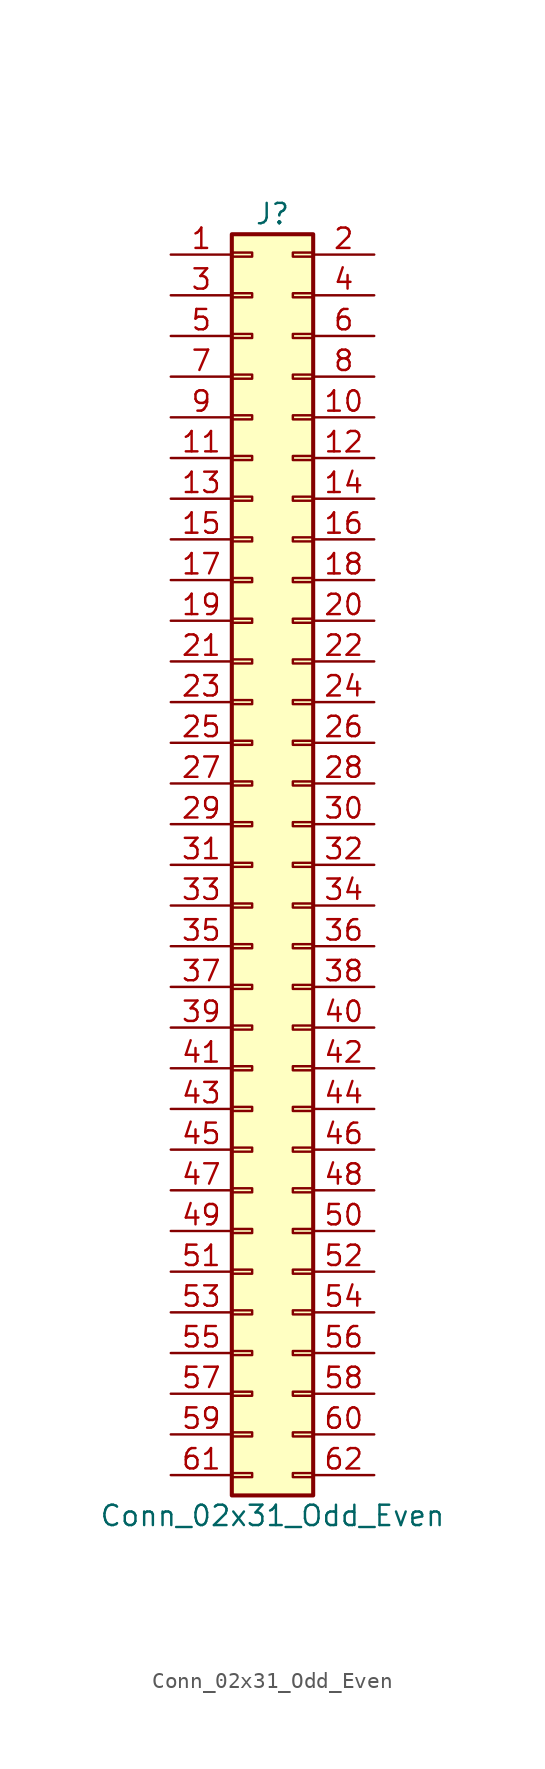
<source format=kicad_sym>
(kicad_symbol_lib
  (version 20211014)
  (generator kicad_symbol_editor)
  (symbol "Conn_02x31_Odd_Even"
    (pin_names
      (offset 1.016) hide)
    (property "Reference" "J"
      (at 1.27 40.64 0)
      (effects (font (size 1.27 1.27))))
    (property "Value" "Conn_02x31_Odd_Even"
      (at 1.27 -40.64 0)
      (effects (font (size 1.27 1.27))))
    (symbol "Conn_02x31_Odd_Even_1_1"
      (rectangle (start -1.27 -37.973) (end 0 -38.227) (stroke (width 0.152) (type default) (color 0 0 0 0)) (fill (type none)))
      (rectangle (start -1.27 -35.433) (end 0 -35.687) (stroke (width 0.152) (type default) (color 0 0 0 0)) (fill (type none)))
      (rectangle (start -1.27 -32.893) (end 0 -33.147) (stroke (width 0.152) (type default) (color 0 0 0 0)) (fill (type none)))
      (rectangle (start -1.27 -30.353) (end 0 -30.607) (stroke (width 0.152) (type default) (color 0 0 0 0)) (fill (type none)))
      (rectangle (start -1.27 -27.813) (end 0 -28.067) (stroke (width 0.152) (type default) (color 0 0 0 0)) (fill (type none)))
      (rectangle (start -1.27 -25.273) (end 0 -25.527) (stroke (width 0.152) (type default) (color 0 0 0 0)) (fill (type none)))
      (rectangle (start -1.27 -22.733) (end 0 -22.987) (stroke (width 0.152) (type default) (color 0 0 0 0)) (fill (type none)))
      (rectangle (start -1.27 -20.193) (end 0 -20.447) (stroke (width 0.152) (type default) (color 0 0 0 0)) (fill (type none)))
      (rectangle (start -1.27 -17.653) (end 0 -17.907) (stroke (width 0.152) (type default) (color 0 0 0 0)) (fill (type none)))
      (rectangle (start -1.27 -15.113) (end 0 -15.367) (stroke (width 0.152) (type default) (color 0 0 0 0)) (fill (type none)))
      (rectangle (start -1.27 -12.573) (end 0 -12.827) (stroke (width 0.152) (type default) (color 0 0 0 0)) (fill (type none)))
      (rectangle (start -1.27 -10.033) (end 0 -10.287) (stroke (width 0.152) (type default) (color 0 0 0 0)) (fill (type none)))
      (rectangle (start -1.27 -7.493) (end 0 -7.747) (stroke (width 0.152) (type default) (color 0 0 0 0)) (fill (type none)))
      (rectangle (start -1.27 -4.953) (end 0 -5.207) (stroke (width 0.152) (type default) (color 0 0 0 0)) (fill (type none)))
      (rectangle (start -1.27 -2.413) (end 0 -2.667) (stroke (width 0.152) (type default) (color 0 0 0 0)) (fill (type none)))
      (rectangle (start -1.27 0.127) (end 0 -0.127) (stroke (width 0.152) (type default) (color 0 0 0 0)) (fill (type none)))
      (rectangle (start -1.27 2.667) (end 0 2.413) (stroke (width 0.152) (type default) (color 0 0 0 0)) (fill (type none)))
      (rectangle (start -1.27 5.207) (end 0 4.953) (stroke (width 0.152) (type default) (color 0 0 0 0)) (fill (type none)))
      (rectangle (start -1.27 7.747) (end 0 7.493) (stroke (width 0.152) (type default) (color 0 0 0 0)) (fill (type none)))
      (rectangle (start -1.27 10.287) (end 0 10.033) (stroke (width 0.152) (type default) (color 0 0 0 0)) (fill (type none)))
      (rectangle (start -1.27 12.827) (end 0 12.573) (stroke (width 0.152) (type default) (color 0 0 0 0)) (fill (type none)))
      (rectangle (start -1.27 15.367) (end 0 15.113) (stroke (width 0.152) (type default) (color 0 0 0 0)) (fill (type none)))
      (rectangle (start -1.27 17.907) (end 0 17.653) (stroke (width 0.152) (type default) (color 0 0 0 0)) (fill (type none)))
      (rectangle (start -1.27 20.447) (end 0 20.193) (stroke (width 0.152) (type default) (color 0 0 0 0)) (fill (type none)))
      (rectangle (start -1.27 22.987) (end 0 22.733) (stroke (width 0.152) (type default) (color 0 0 0 0)) (fill (type none)))
      (rectangle (start -1.27 25.527) (end 0 25.273) (stroke (width 0.152) (type default) (color 0 0 0 0)) (fill (type none)))
      (rectangle (start -1.27 28.067) (end 0 27.813) (stroke (width 0.152) (type default) (color 0 0 0 0)) (fill (type none)))
      (rectangle (start -1.27 30.607) (end 0 30.353) (stroke (width 0.152) (type default) (color 0 0 0 0)) (fill (type none)))
      (rectangle (start -1.27 33.147) (end 0 32.893) (stroke (width 0.152) (type default) (color 0 0 0 0)) (fill (type none)))
      (rectangle (start -1.27 35.687) (end 0 35.433) (stroke (width 0.152) (type default) (color 0 0 0 0)) (fill (type none)))
      (rectangle (start -1.27 38.227) (end 0 37.973) (stroke (width 0.152) (type default) (color 0 0 0 0)) (fill (type none)))
      (rectangle (start -1.27 39.37) (end 3.81 -39.37) (stroke (width 0.254) (type default) (color 0 0 0 0)) (fill (type background)))
      (rectangle (start 3.81 -37.973) (end 2.54 -38.227) (stroke (width 0.152) (type default) (color 0 0 0 0)) (fill (type none)))
      (rectangle (start 3.81 -35.433) (end 2.54 -35.687) (stroke (width 0.152) (type default) (color 0 0 0 0)) (fill (type none)))
      (rectangle (start 3.81 -32.893) (end 2.54 -33.147) (stroke (width 0.152) (type default) (color 0 0 0 0)) (fill (type none)))
      (rectangle (start 3.81 -30.353) (end 2.54 -30.607) (stroke (width 0.152) (type default) (color 0 0 0 0)) (fill (type none)))
      (rectangle (start 3.81 -27.813) (end 2.54 -28.067) (stroke (width 0.152) (type default) (color 0 0 0 0)) (fill (type none)))
      (rectangle (start 3.81 -25.273) (end 2.54 -25.527) (stroke (width 0.152) (type default) (color 0 0 0 0)) (fill (type none)))
      (rectangle (start 3.81 -22.733) (end 2.54 -22.987) (stroke (width 0.152) (type default) (color 0 0 0 0)) (fill (type none)))
      (rectangle (start 3.81 -20.193) (end 2.54 -20.447) (stroke (width 0.152) (type default) (color 0 0 0 0)) (fill (type none)))
      (rectangle (start 3.81 -17.653) (end 2.54 -17.907) (stroke (width 0.152) (type default) (color 0 0 0 0)) (fill (type none)))
      (rectangle (start 3.81 -15.113) (end 2.54 -15.367) (stroke (width 0.152) (type default) (color 0 0 0 0)) (fill (type none)))
      (rectangle (start 3.81 -12.573) (end 2.54 -12.827) (stroke (width 0.152) (type default) (color 0 0 0 0)) (fill (type none)))
      (rectangle (start 3.81 -10.033) (end 2.54 -10.287) (stroke (width 0.152) (type default) (color 0 0 0 0)) (fill (type none)))
      (rectangle (start 3.81 -7.493) (end 2.54 -7.747) (stroke (width 0.152) (type default) (color 0 0 0 0)) (fill (type none)))
      (rectangle (start 3.81 -4.953) (end 2.54 -5.207) (stroke (width 0.152) (type default) (color 0 0 0 0)) (fill (type none)))
      (rectangle (start 3.81 -2.413) (end 2.54 -2.667) (stroke (width 0.152) (type default) (color 0 0 0 0)) (fill (type none)))
      (rectangle (start 3.81 0.127) (end 2.54 -0.127) (stroke (width 0.152) (type default) (color 0 0 0 0)) (fill (type none)))
      (rectangle (start 3.81 2.667) (end 2.54 2.413) (stroke (width 0.152) (type default) (color 0 0 0 0)) (fill (type none)))
      (rectangle (start 3.81 5.207) (end 2.54 4.953) (stroke (width 0.152) (type default) (color 0 0 0 0)) (fill (type none)))
      (rectangle (start 3.81 7.747) (end 2.54 7.493) (stroke (width 0.152) (type default) (color 0 0 0 0)) (fill (type none)))
      (rectangle (start 3.81 10.287) (end 2.54 10.033) (stroke (width 0.152) (type default) (color 0 0 0 0)) (fill (type none)))
      (rectangle (start 3.81 12.827) (end 2.54 12.573) (stroke (width 0.152) (type default) (color 0 0 0 0)) (fill (type none)))
      (rectangle (start 3.81 15.367) (end 2.54 15.113) (stroke (width 0.152) (type default) (color 0 0 0 0)) (fill (type none)))
      (rectangle (start 3.81 17.907) (end 2.54 17.653) (stroke (width 0.152) (type default) (color 0 0 0 0)) (fill (type none)))
      (rectangle (start 3.81 20.447) (end 2.54 20.193) (stroke (width 0.152) (type default) (color 0 0 0 0)) (fill (type none)))
      (rectangle (start 3.81 22.987) (end 2.54 22.733) (stroke (width 0.152) (type default) (color 0 0 0 0)) (fill (type none)))
      (rectangle (start 3.81 25.527) (end 2.54 25.273) (stroke (width 0.152) (type default) (color 0 0 0 0)) (fill (type none)))
      (rectangle (start 3.81 28.067) (end 2.54 27.813) (stroke (width 0.152) (type default) (color 0 0 0 0)) (fill (type none)))
      (rectangle (start 3.81 30.607) (end 2.54 30.353) (stroke (width 0.152) (type default) (color 0 0 0 0)) (fill (type none)))
      (rectangle (start 3.81 33.147) (end 2.54 32.893) (stroke (width 0.152) (type default) (color 0 0 0 0)) (fill (type none)))
      (rectangle (start 3.81 35.687) (end 2.54 35.433) (stroke (width 0.152) (type default) (color 0 0 0 0)) (fill (type none)))
      (rectangle (start 3.81 38.227) (end 2.54 37.973) (stroke (width 0.152) (type default) (color 0 0 0 0)) (fill (type none)))
      (pin passive line (at -5.08 38.1 0) (length 3.81) (name "Pin_1" (effects (font (size 1.27 1.27)))) (number "1" (effects (font (size 1.27 1.27)))))
      (pin passive line (at 7.62 27.94 180) (length 3.81) (name "Pin_10" (effects (font (size 1.27 1.27)))) (number "10" (effects (font (size 1.27 1.27)))))
      (pin passive line (at -5.08 25.4 0) (length 3.81) (name "Pin_11" (effects (font (size 1.27 1.27)))) (number "11" (effects (font (size 1.27 1.27)))))
      (pin passive line (at 7.62 25.4 180) (length 3.81) (name "Pin_12" (effects (font (size 1.27 1.27)))) (number "12" (effects (font (size 1.27 1.27)))))
      (pin passive line (at -5.08 22.86 0) (length 3.81) (name "Pin_13" (effects (font (size 1.27 1.27)))) (number "13" (effects (font (size 1.27 1.27)))))
      (pin passive line (at 7.62 22.86 180) (length 3.81) (name "Pin_14" (effects (font (size 1.27 1.27)))) (number "14" (effects (font (size 1.27 1.27)))))
      (pin passive line (at -5.08 20.32 0) (length 3.81) (name "Pin_15" (effects (font (size 1.27 1.27)))) (number "15" (effects (font (size 1.27 1.27)))))
      (pin passive line (at 7.62 20.32 180) (length 3.81) (name "Pin_16" (effects (font (size 1.27 1.27)))) (number "16" (effects (font (size 1.27 1.27)))))
      (pin passive line (at -5.08 17.78 0) (length 3.81) (name "Pin_17" (effects (font (size 1.27 1.27)))) (number "17" (effects (font (size 1.27 1.27)))))
      (pin passive line (at 7.62 17.78 180) (length 3.81) (name "Pin_18" (effects (font (size 1.27 1.27)))) (number "18" (effects (font (size 1.27 1.27)))))
      (pin passive line (at -5.08 15.24 0) (length 3.81) (name "Pin_19" (effects (font (size 1.27 1.27)))) (number "19" (effects (font (size 1.27 1.27)))))
      (pin passive line (at 7.62 38.1 180) (length 3.81) (name "Pin_2" (effects (font (size 1.27 1.27)))) (number "2" (effects (font (size 1.27 1.27)))))
      (pin passive line (at 7.62 15.24 180) (length 3.81) (name "Pin_20" (effects (font (size 1.27 1.27)))) (number "20" (effects (font (size 1.27 1.27)))))
      (pin passive line (at -5.08 12.7 0) (length 3.81) (name "Pin_21" (effects (font (size 1.27 1.27)))) (number "21" (effects (font (size 1.27 1.27)))))
      (pin passive line (at 7.62 12.7 180) (length 3.81) (name "Pin_22" (effects (font (size 1.27 1.27)))) (number "22" (effects (font (size 1.27 1.27)))))
      (pin passive line (at -5.08 10.16 0) (length 3.81) (name "Pin_23" (effects (font (size 1.27 1.27)))) (number "23" (effects (font (size 1.27 1.27)))))
      (pin passive line (at 7.62 10.16 180) (length 3.81) (name "Pin_24" (effects (font (size 1.27 1.27)))) (number "24" (effects (font (size 1.27 1.27)))))
      (pin passive line (at -5.08 7.62 0) (length 3.81) (name "Pin_25" (effects (font (size 1.27 1.27)))) (number "25" (effects (font (size 1.27 1.27)))))
      (pin passive line (at 7.62 7.62 180) (length 3.81) (name "Pin_26" (effects (font (size 1.27 1.27)))) (number "26" (effects (font (size 1.27 1.27)))))
      (pin passive line (at -5.08 5.08 0) (length 3.81) (name "Pin_27" (effects (font (size 1.27 1.27)))) (number "27" (effects (font (size 1.27 1.27)))))
      (pin passive line (at 7.62 5.08 180) (length 3.81) (name "Pin_28" (effects (font (size 1.27 1.27)))) (number "28" (effects (font (size 1.27 1.27)))))
      (pin passive line (at -5.08 2.54 0) (length 3.81) (name "Pin_29" (effects (font (size 1.27 1.27)))) (number "29" (effects (font (size 1.27 1.27)))))
      (pin passive line (at -5.08 35.56 0) (length 3.81) (name "Pin_3" (effects (font (size 1.27 1.27)))) (number "3" (effects (font (size 1.27 1.27)))))
      (pin passive line (at 7.62 2.54 180) (length 3.81) (name "Pin_30" (effects (font (size 1.27 1.27)))) (number "30" (effects (font (size 1.27 1.27)))))
      (pin passive line (at -5.08 0 0) (length 3.81) (name "Pin_31" (effects (font (size 1.27 1.27)))) (number "31" (effects (font (size 1.27 1.27)))))
      (pin passive line (at 7.62 0 180) (length 3.81) (name "Pin_32" (effects (font (size 1.27 1.27)))) (number "32" (effects (font (size 1.27 1.27)))))
      (pin passive line (at -5.08 -2.54 0) (length 3.81) (name "Pin_33" (effects (font (size 1.27 1.27)))) (number "33" (effects (font (size 1.27 1.27)))))
      (pin passive line (at 7.62 -2.54 180) (length 3.81) (name "Pin_34" (effects (font (size 1.27 1.27)))) (number "34" (effects (font (size 1.27 1.27)))))
      (pin passive line (at -5.08 -5.08 0) (length 3.81) (name "Pin_35" (effects (font (size 1.27 1.27)))) (number "35" (effects (font (size 1.27 1.27)))))
      (pin passive line (at 7.62 -5.08 180) (length 3.81) (name "Pin_36" (effects (font (size 1.27 1.27)))) (number "36" (effects (font (size 1.27 1.27)))))
      (pin passive line (at -5.08 -7.62 0) (length 3.81) (name "Pin_37" (effects (font (size 1.27 1.27)))) (number "37" (effects (font (size 1.27 1.27)))))
      (pin passive line (at 7.62 -7.62 180) (length 3.81) (name "Pin_38" (effects (font (size 1.27 1.27)))) (number "38" (effects (font (size 1.27 1.27)))))
      (pin passive line (at -5.08 -10.16 0) (length 3.81) (name "Pin_39" (effects (font (size 1.27 1.27)))) (number "39" (effects (font (size 1.27 1.27)))))
      (pin passive line (at 7.62 35.56 180) (length 3.81) (name "Pin_4" (effects (font (size 1.27 1.27)))) (number "4" (effects (font (size 1.27 1.27)))))
      (pin passive line (at 7.62 -10.16 180) (length 3.81) (name "Pin_40" (effects (font (size 1.27 1.27)))) (number "40" (effects (font (size 1.27 1.27)))))
      (pin passive line (at -5.08 -12.7 0) (length 3.81) (name "Pin_41" (effects (font (size 1.27 1.27)))) (number "41" (effects (font (size 1.27 1.27)))))
      (pin passive line (at 7.62 -12.7 180) (length 3.81) (name "Pin_42" (effects (font (size 1.27 1.27)))) (number "42" (effects (font (size 1.27 1.27)))))
      (pin passive line (at -5.08 -15.24 0) (length 3.81) (name "Pin_43" (effects (font (size 1.27 1.27)))) (number "43" (effects (font (size 1.27 1.27)))))
      (pin passive line (at 7.62 -15.24 180) (length 3.81) (name "Pin_44" (effects (font (size 1.27 1.27)))) (number "44" (effects (font (size 1.27 1.27)))))
      (pin passive line (at -5.08 -17.78 0) (length 3.81) (name "Pin_45" (effects (font (size 1.27 1.27)))) (number "45" (effects (font (size 1.27 1.27)))))
      (pin passive line (at 7.62 -17.78 180) (length 3.81) (name "Pin_46" (effects (font (size 1.27 1.27)))) (number "46" (effects (font (size 1.27 1.27)))))
      (pin passive line (at -5.08 -20.32 0) (length 3.81) (name "Pin_47" (effects (font (size 1.27 1.27)))) (number "47" (effects (font (size 1.27 1.27)))))
      (pin passive line (at 7.62 -20.32 180) (length 3.81) (name "Pin_48" (effects (font (size 1.27 1.27)))) (number "48" (effects (font (size 1.27 1.27)))))
      (pin passive line (at -5.08 -22.86 0) (length 3.81) (name "Pin_49" (effects (font (size 1.27 1.27)))) (number "49" (effects (font (size 1.27 1.27)))))
      (pin passive line (at -5.08 33.02 0) (length 3.81) (name "Pin_5" (effects (font (size 1.27 1.27)))) (number "5" (effects (font (size 1.27 1.27)))))
      (pin passive line (at 7.62 -22.86 180) (length 3.81) (name "Pin_50" (effects (font (size 1.27 1.27)))) (number "50" (effects (font (size 1.27 1.27)))))
      (pin passive line (at -5.08 -25.4 0) (length 3.81) (name "Pin_51" (effects (font (size 1.27 1.27)))) (number "51" (effects (font (size 1.27 1.27)))))
      (pin passive line (at 7.62 -25.4 180) (length 3.81) (name "Pin_52" (effects (font (size 1.27 1.27)))) (number "52" (effects (font (size 1.27 1.27)))))
      (pin passive line (at -5.08 -27.94 0) (length 3.81) (name "Pin_53" (effects (font (size 1.27 1.27)))) (number "53" (effects (font (size 1.27 1.27)))))
      (pin passive line (at 7.62 -27.94 180) (length 3.81) (name "Pin_54" (effects (font (size 1.27 1.27)))) (number "54" (effects (font (size 1.27 1.27)))))
      (pin passive line (at -5.08 -30.48 0) (length 3.81) (name "Pin_55" (effects (font (size 1.27 1.27)))) (number "55" (effects (font (size 1.27 1.27)))))
      (pin passive line (at 7.62 -30.48 180) (length 3.81) (name "Pin_56" (effects (font (size 1.27 1.27)))) (number "56" (effects (font (size 1.27 1.27)))))
      (pin passive line (at -5.08 -33.02 0) (length 3.81) (name "Pin_57" (effects (font (size 1.27 1.27)))) (number "57" (effects (font (size 1.27 1.27)))))
      (pin passive line (at 7.62 -33.02 180) (length 3.81) (name "Pin_58" (effects (font (size 1.27 1.27)))) (number "58" (effects (font (size 1.27 1.27)))))
      (pin passive line (at -5.08 -35.56 0) (length 3.81) (name "Pin_59" (effects (font (size 1.27 1.27)))) (number "59" (effects (font (size 1.27 1.27)))))
      (pin passive line (at 7.62 33.02 180) (length 3.81) (name "Pin_6" (effects (font (size 1.27 1.27)))) (number "6" (effects (font (size 1.27 1.27)))))
      (pin passive line (at 7.62 -35.56 180) (length 3.81) (name "Pin_60" (effects (font (size 1.27 1.27)))) (number "60" (effects (font (size 1.27 1.27)))))
      (pin passive line (at -5.08 -38.1 0) (length 3.81) (name "Pin_61" (effects (font (size 1.27 1.27)))) (number "61" (effects (font (size 1.27 1.27)))))
      (pin passive line (at 7.62 -38.1 180) (length 3.81) (name "Pin_62" (effects (font (size 1.27 1.27)))) (number "62" (effects (font (size 1.27 1.27)))))
      (pin passive line (at -5.08 30.48 0) (length 3.81) (name "Pin_7" (effects (font (size 1.27 1.27)))) (number "7" (effects (font (size 1.27 1.27)))))
      (pin passive line (at 7.62 30.48 180) (length 3.81) (name "Pin_8" (effects (font (size 1.27 1.27)))) (number "8" (effects (font (size 1.27 1.27)))))
      (pin passive line (at -5.08 27.94 0) (length 3.81) (name "Pin_9" (effects (font (size 1.27 1.27)))) (number "9" (effects (font (size 1.27 1.27))))))))
</source>
